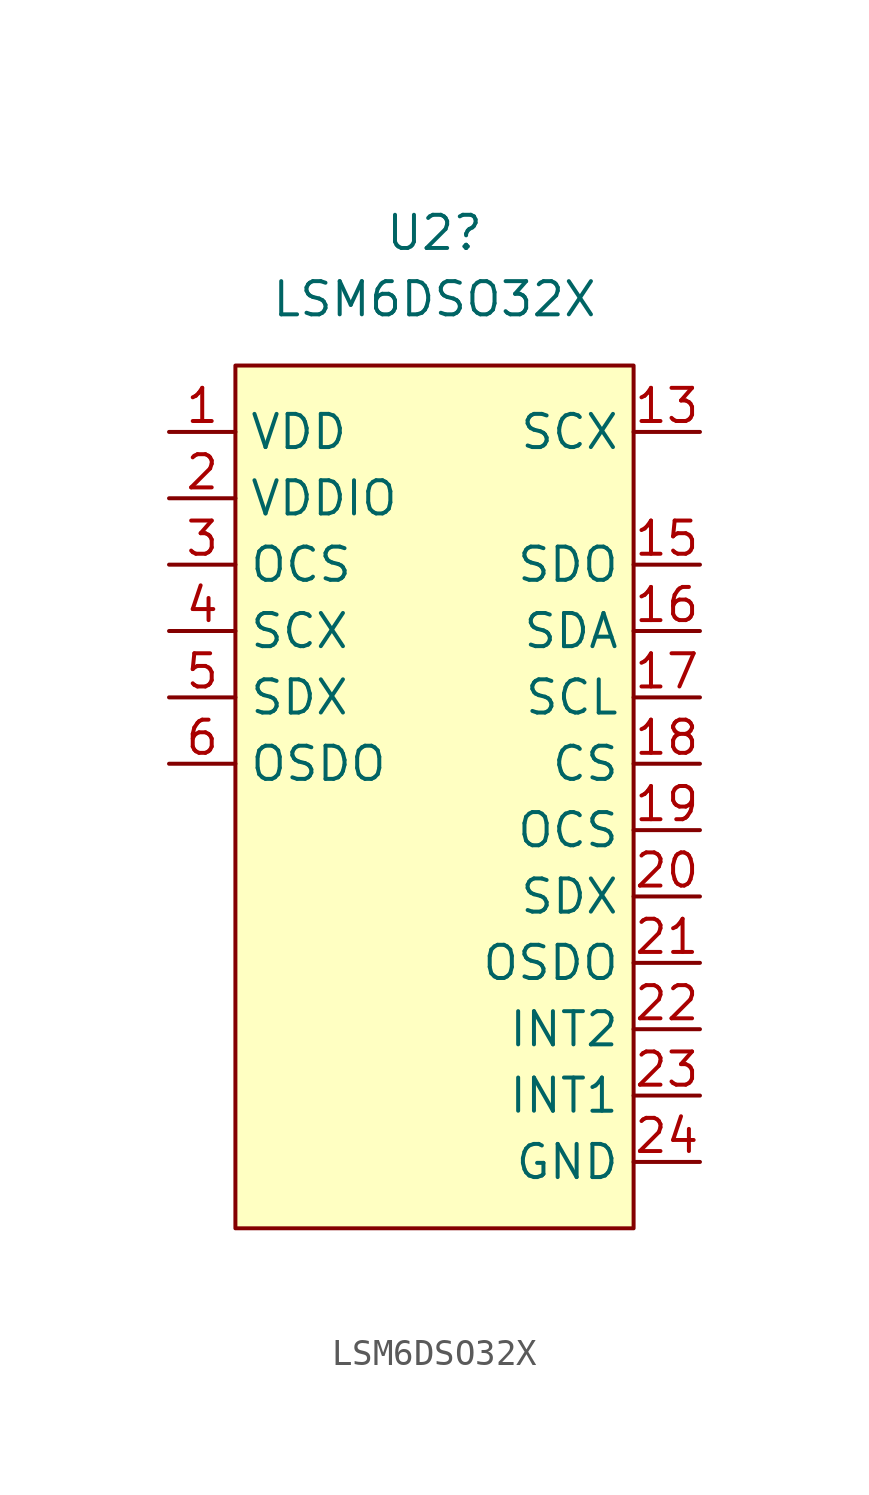
<source format=kicad_sym>
(kicad_symbol_lib
  (version 20220914)
  (generator kicad_symbol_editor)
  (symbol "LSM6DSO32X"
    (property "Reference" "U2"
      (at 5.08 7.62 0)
      (effects (font (size 1.27 1.27))))
    (property "Value" "LSM6DSO32X"
      (at 5.08 5.08 0)
      (effects (font (size 1.27 1.27))))
    (symbol "LSM6DSO32X_1_1"
      (rectangle (start -2.54 2.54) (end 12.7 -30.48) (stroke (width 0) (type default)) (fill (type background)))
      (pin power_in line (at -5.08 0 0) (length 2.54) (name "VDD" (effects (font (size 1.27 1.27)))) (number "1" (effects (font (size 1.27 1.27)))))
      (pin no_connect line (at -5.08 -22.86 0) (length 2.54) hide (name "" (effects (font (size 1.27 1.27)))) (number "10" (effects (font (size 1.27 1.27)))))
      (pin no_connect line (at -5.08 -25.4 0) (length 2.54) hide (name "" (effects (font (size 1.27 1.27)))) (number "11" (effects (font (size 1.27 1.27)))))
      (pin no_connect line (at -5.08 -27.94 0) (length 2.54) hide (name "" (effects (font (size 1.27 1.27)))) (number "12" (effects (font (size 1.27 1.27)))))
      (pin bidirectional line (at 15.24 0 180) (length 2.54) (name "SCX" (effects (font (size 1.27 1.27)))) (number "13" (effects (font (size 1.27 1.27)))))
      (pin no_connect line (at 15.24 -2.54 180) (length 2.54) hide (name "" (effects (font (size 1.27 1.27)))) (number "14" (effects (font (size 1.27 1.27)))))
      (pin bidirectional line (at 15.24 -5.08 180) (length 2.54) (name "SDO" (effects (font (size 1.27 1.27)))) (number "15" (effects (font (size 1.27 1.27)))))
      (pin bidirectional line (at 15.24 -7.62 180) (length 2.54) (name "SDA" (effects (font (size 1.27 1.27)))) (number "16" (effects (font (size 1.27 1.27)))))
      (pin bidirectional line (at 15.24 -10.16 180) (length 2.54) (name "SCL" (effects (font (size 1.27 1.27)))) (number "17" (effects (font (size 1.27 1.27)))))
      (pin bidirectional line (at 15.24 -12.7 180) (length 2.54) (name "CS" (effects (font (size 1.27 1.27)))) (number "18" (effects (font (size 1.27 1.27)))))
      (pin bidirectional line (at 15.24 -15.24 180) (length 2.54) (name "OCS" (effects (font (size 1.27 1.27)))) (number "19" (effects (font (size 1.27 1.27)))))
      (pin power_in line (at -5.08 -2.54 0) (length 2.54) (name "VDDIO" (effects (font (size 1.27 1.27)))) (number "2" (effects (font (size 1.27 1.27)))))
      (pin bidirectional line (at 15.24 -17.78 180) (length 2.54) (name "SDX" (effects (font (size 1.27 1.27)))) (number "20" (effects (font (size 1.27 1.27)))))
      (pin bidirectional line (at 15.24 -20.32 180) (length 2.54) (name "OSDO" (effects (font (size 1.27 1.27)))) (number "21" (effects (font (size 1.27 1.27)))))
      (pin bidirectional line (at 15.24 -22.86 180) (length 2.54) (name "INT2" (effects (font (size 1.27 1.27)))) (number "22" (effects (font (size 1.27 1.27)))))
      (pin bidirectional line (at 15.24 -25.4 180) (length 2.54) (name "INT1" (effects (font (size 1.27 1.27)))) (number "23" (effects (font (size 1.27 1.27)))))
      (pin power_in line (at 15.24 -27.94 180) (length 2.54) (name "GND" (effects (font (size 1.27 1.27)))) (number "24" (effects (font (size 1.27 1.27)))))
      (pin bidirectional line (at -5.08 -5.08 0) (length 2.54) (name "OCS" (effects (font (size 1.27 1.27)))) (number "3" (effects (font (size 1.27 1.27)))))
      (pin bidirectional line (at -5.08 -7.62 0) (length 2.54) (name "SCX" (effects (font (size 1.27 1.27)))) (number "4" (effects (font (size 1.27 1.27)))))
      (pin bidirectional line (at -5.08 -10.16 0) (length 2.54) (name "SDX" (effects (font (size 1.27 1.27)))) (number "5" (effects (font (size 1.27 1.27)))))
      (pin bidirectional line (at -5.08 -12.7 0) (length 2.54) (name "OSDO" (effects (font (size 1.27 1.27)))) (number "6" (effects (font (size 1.27 1.27)))))
      (pin no_connect line (at -5.08 -15.24 0) (length 2.54) hide (name "" (effects (font (size 1.27 1.27)))) (number "7" (effects (font (size 1.27 1.27)))))
      (pin no_connect line (at -5.08 -17.78 0) (length 2.54) hide (name "" (effects (font (size 1.27 1.27)))) (number "8" (effects (font (size 1.27 1.27)))))
      (pin no_connect line (at -5.08 -20.32 0) (length 2.54) hide (name "" (effects (font (size 1.27 1.27)))) (number "9" (effects (font (size 1.27 1.27))))))))
</source>
